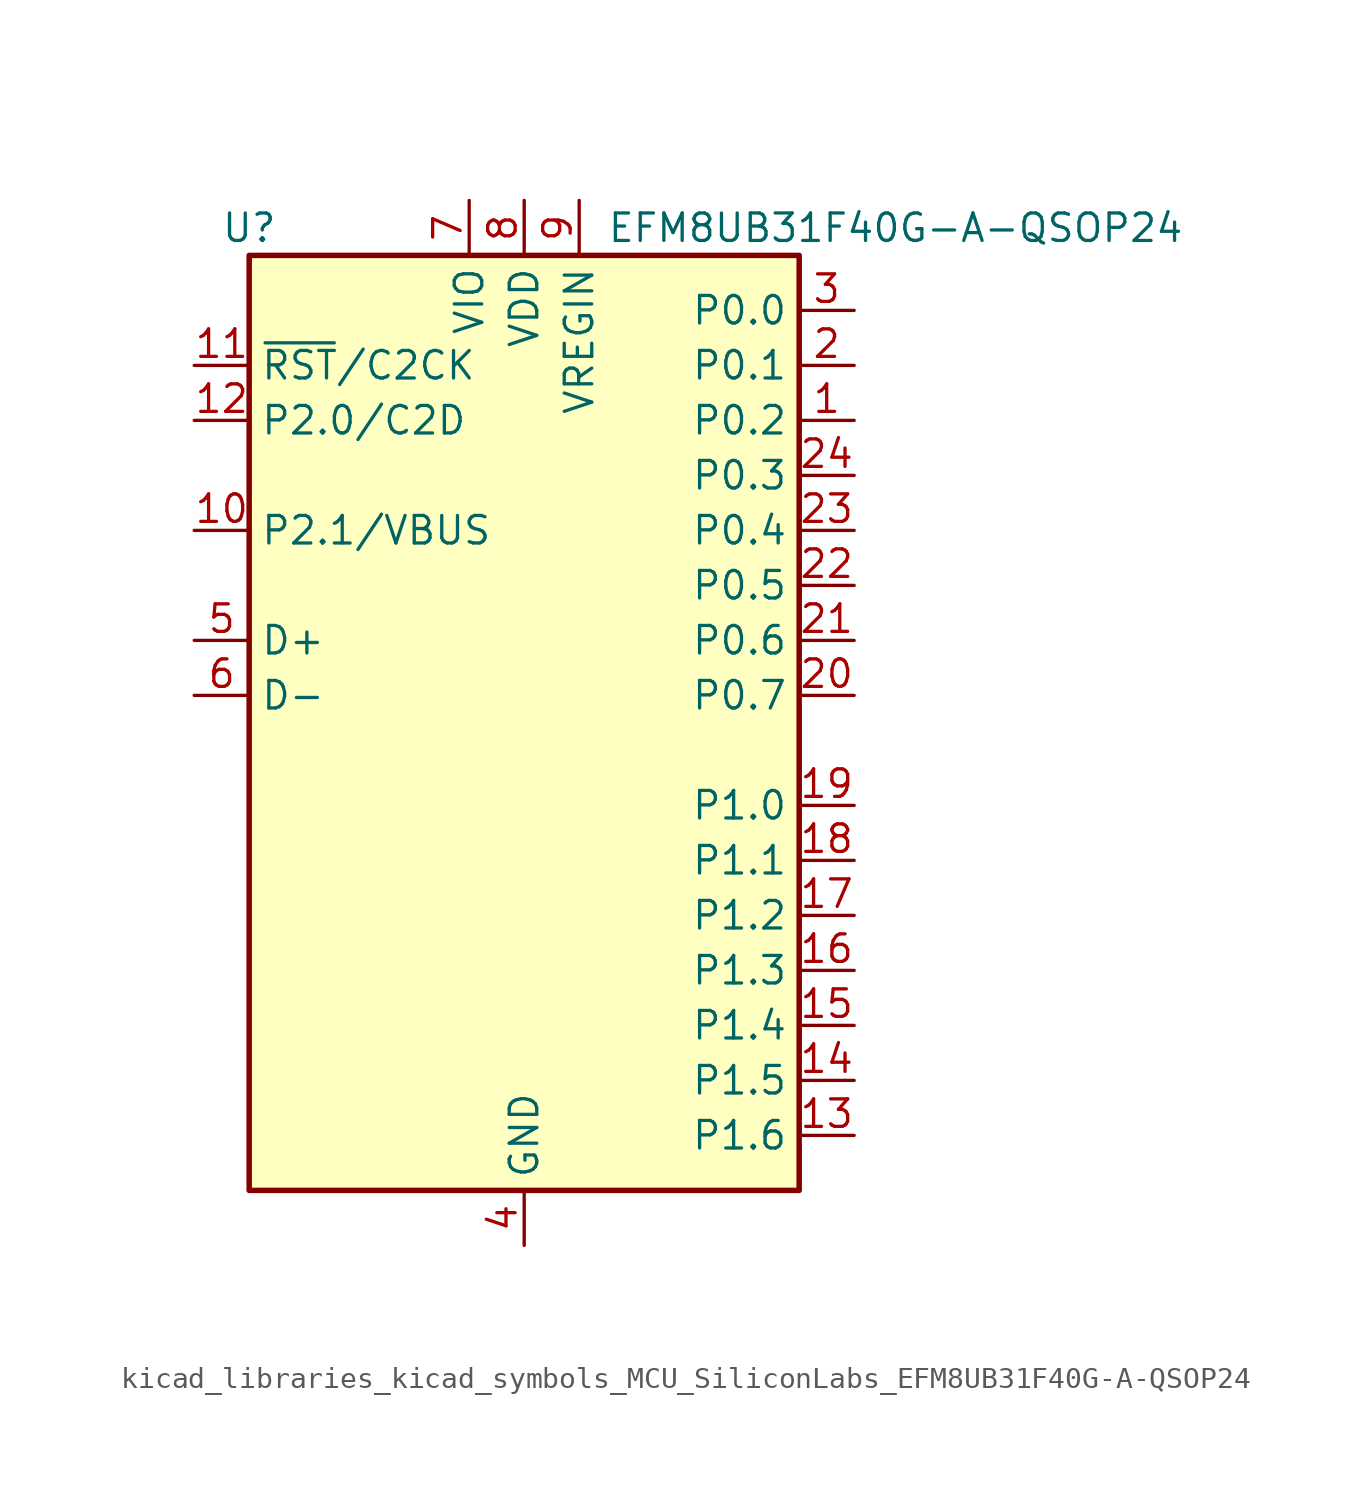
<source format=kicad_sym>
(kicad_symbol_lib
  (version 20220914)
  (generator kicad_symbol_editor)
  (symbol "kicad_libraries_kicad_symbols_MCU_SiliconLabs_EFM8UB31F40G-A-QSOP24"
    (property "Reference" "U"
      (at -12.7 24.13 0)
      (effects (font (size 1.27 1.27))))
    (property "Value" "EFM8UB31F40G-A-QSOP24"
      (at 3.81 24.13 0)
      (effects (font (size 1.27 1.27)) (justify left)))
    (symbol "kicad_libraries_kicad_symbols_MCU_SiliconLabs_EFM8UB31F40G-A-QSOP24_1_1"
      (rectangle (start -12.7 22.86) (end 12.7 -20.32) (stroke (width 0.254) (type default)) (fill (type background)))
      (pin bidirectional line (at 15.24 15.24 180) (length 2.54) (name "P0.2" (effects (font (size 1.27 1.27)))) (number "1" (effects (font (size 1.27 1.27)))))
      (pin bidirectional line (at -15.24 10.16 0) (length 2.54) (name "P2.1/VBUS" (effects (font (size 1.27 1.27)))) (number "10" (effects (font (size 1.27 1.27)))))
      (pin bidirectional line (at -15.24 17.78 0) (length 2.54) (name "~{RST}/C2CK" (effects (font (size 1.27 1.27)))) (number "11" (effects (font (size 1.27 1.27)))))
      (pin bidirectional line (at -15.24 15.24 0) (length 2.54) (name "P2.0/C2D" (effects (font (size 1.27 1.27)))) (number "12" (effects (font (size 1.27 1.27)))))
      (pin bidirectional line (at 15.24 -17.78 180) (length 2.54) (name "P1.6" (effects (font (size 1.27 1.27)))) (number "13" (effects (font (size 1.27 1.27)))))
      (pin bidirectional line (at 15.24 -15.24 180) (length 2.54) (name "P1.5" (effects (font (size 1.27 1.27)))) (number "14" (effects (font (size 1.27 1.27)))))
      (pin bidirectional line (at 15.24 -12.7 180) (length 2.54) (name "P1.4" (effects (font (size 1.27 1.27)))) (number "15" (effects (font (size 1.27 1.27)))))
      (pin bidirectional line (at 15.24 -10.16 180) (length 2.54) (name "P1.3" (effects (font (size 1.27 1.27)))) (number "16" (effects (font (size 1.27 1.27)))))
      (pin bidirectional line (at 15.24 -7.62 180) (length 2.54) (name "P1.2" (effects (font (size 1.27 1.27)))) (number "17" (effects (font (size 1.27 1.27)))))
      (pin bidirectional line (at 15.24 -5.08 180) (length 2.54) (name "P1.1" (effects (font (size 1.27 1.27)))) (number "18" (effects (font (size 1.27 1.27)))))
      (pin bidirectional line (at 15.24 -2.54 180) (length 2.54) (name "P1.0" (effects (font (size 1.27 1.27)))) (number "19" (effects (font (size 1.27 1.27)))))
      (pin bidirectional line (at 15.24 17.78 180) (length 2.54) (name "P0.1" (effects (font (size 1.27 1.27)))) (number "2" (effects (font (size 1.27 1.27)))))
      (pin bidirectional line (at 15.24 2.54 180) (length 2.54) (name "P0.7" (effects (font (size 1.27 1.27)))) (number "20" (effects (font (size 1.27 1.27)))))
      (pin bidirectional line (at 15.24 5.08 180) (length 2.54) (name "P0.6" (effects (font (size 1.27 1.27)))) (number "21" (effects (font (size 1.27 1.27)))))
      (pin bidirectional line (at 15.24 7.62 180) (length 2.54) (name "P0.5" (effects (font (size 1.27 1.27)))) (number "22" (effects (font (size 1.27 1.27)))))
      (pin bidirectional line (at 15.24 10.16 180) (length 2.54) (name "P0.4" (effects (font (size 1.27 1.27)))) (number "23" (effects (font (size 1.27 1.27)))))
      (pin bidirectional line (at 15.24 12.7 180) (length 2.54) (name "P0.3" (effects (font (size 1.27 1.27)))) (number "24" (effects (font (size 1.27 1.27)))))
      (pin bidirectional line (at 15.24 20.32 180) (length 2.54) (name "P0.0" (effects (font (size 1.27 1.27)))) (number "3" (effects (font (size 1.27 1.27)))))
      (pin power_in line (at 0 -22.86 90) (length 2.54) (name "GND" (effects (font (size 1.27 1.27)))) (number "4" (effects (font (size 1.27 1.27)))))
      (pin bidirectional line (at -15.24 5.08 0) (length 2.54) (name "D+" (effects (font (size 1.27 1.27)))) (number "5" (effects (font (size 1.27 1.27)))))
      (pin bidirectional line (at -15.24 2.54 0) (length 2.54) (name "D-" (effects (font (size 1.27 1.27)))) (number "6" (effects (font (size 1.27 1.27)))))
      (pin power_in line (at -2.54 25.4 270) (length 2.54) (name "VIO" (effects (font (size 1.27 1.27)))) (number "7" (effects (font (size 1.27 1.27)))))
      (pin power_in line (at 0 25.4 270) (length 2.54) (name "VDD" (effects (font (size 1.27 1.27)))) (number "8" (effects (font (size 1.27 1.27)))))
      (pin power_in line (at 2.54 25.4 270) (length 2.54) (name "VREGIN" (effects (font (size 1.27 1.27)))) (number "9" (effects (font (size 1.27 1.27))))))))
</source>
